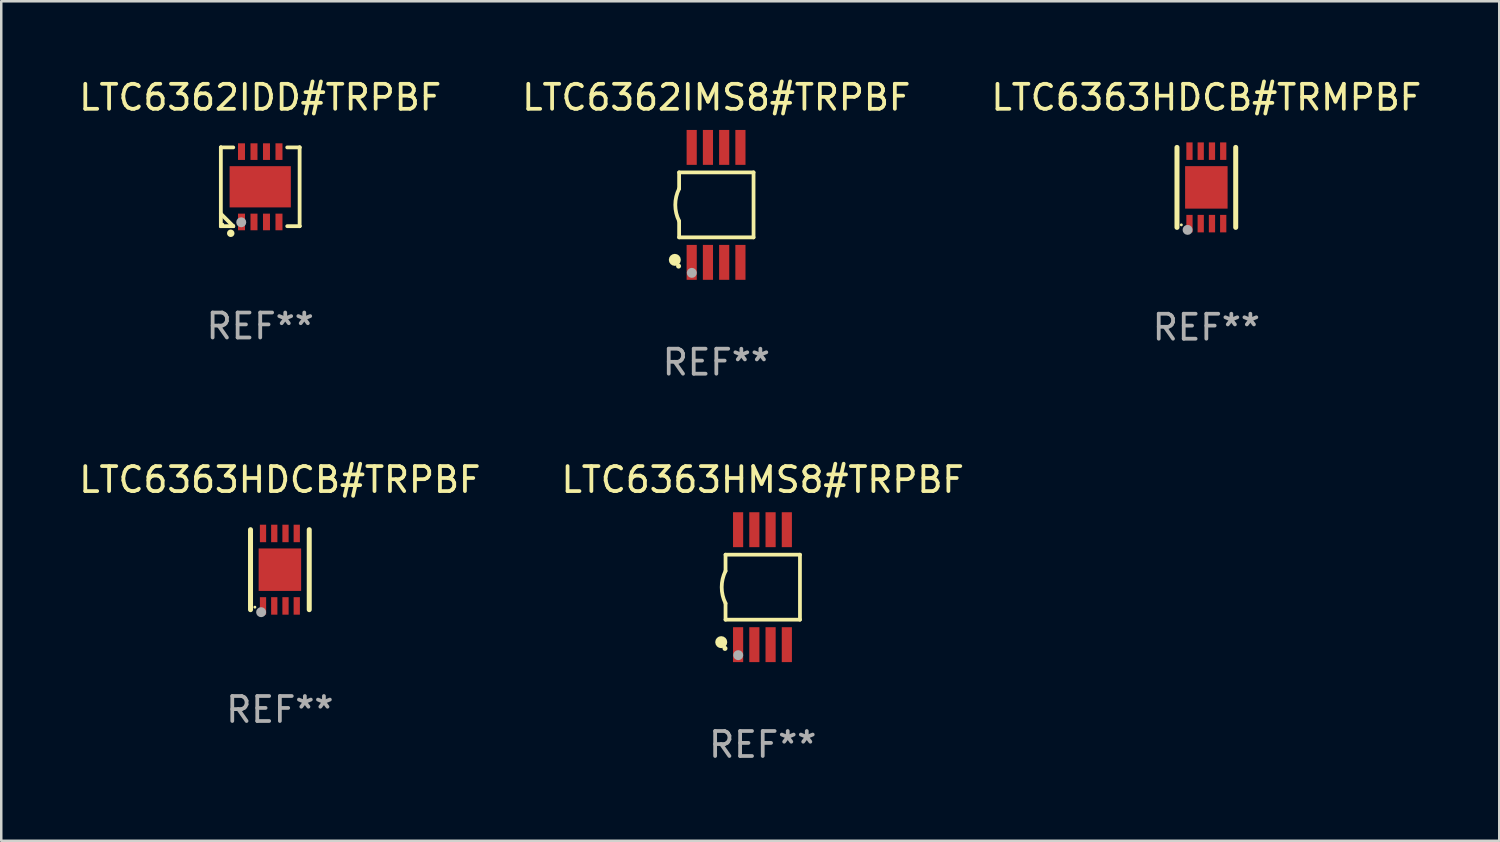
<source format=kicad_pcb>
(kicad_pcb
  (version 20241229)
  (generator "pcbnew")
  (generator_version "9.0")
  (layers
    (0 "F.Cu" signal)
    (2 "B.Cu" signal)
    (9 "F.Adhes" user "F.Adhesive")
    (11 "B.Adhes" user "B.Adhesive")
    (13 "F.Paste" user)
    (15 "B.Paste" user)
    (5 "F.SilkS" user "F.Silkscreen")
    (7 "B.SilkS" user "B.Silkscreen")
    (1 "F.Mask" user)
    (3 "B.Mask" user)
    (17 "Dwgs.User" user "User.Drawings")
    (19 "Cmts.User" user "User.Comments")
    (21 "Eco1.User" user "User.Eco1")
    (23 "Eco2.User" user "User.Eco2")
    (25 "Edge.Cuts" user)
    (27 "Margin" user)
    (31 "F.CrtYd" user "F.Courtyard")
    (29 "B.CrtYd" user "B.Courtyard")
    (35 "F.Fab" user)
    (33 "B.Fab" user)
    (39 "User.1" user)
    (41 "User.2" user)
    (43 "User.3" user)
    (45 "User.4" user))
  (footprint "LTC6363HDCB#TRPBF"
    (layer "F.Cu")
    (at 8.149 19.745)
    (property "Reference" "LTC6363HDCB#TRPBF" (at 0 -3.6 0) (layer "F.SilkS") (effects (font (size 1 1) (thickness 0.15))))
    (attr through_hole)
    (fp_line (start -1.175 1.6) (end -1.175 -1.6) (stroke (width 0.2) (type solid)) (layer "F.SilkS"))
    (fp_line (start 1.175 1.6) (end 1.175 -1.6) (stroke (width 0.2) (type solid)) (layer "F.SilkS"))
    (fp_circle (center -1 1.5) (end -0.97 1.5) (stroke (width 0.06) (type solid)) (fill no) (layer "F.SilkS"))
    (fp_circle (center -0.75 1.7) (end -0.65 1.7) (stroke (width 0.2) (type solid)) (fill no) (layer "F.Fab"))
    (fp_text user "REF**" (at 0 5.6 0) (layer "F.Fab") (effects (font (size 1 1) (thickness 0.15))))
    (pad "1" smd rect (at -0.675 1.45 90) (size 0.7 0.25) (layers "F.Cu" "F.Mask" "F.Paste"))
    (pad "2" smd rect (at -0.225 1.45 90) (size 0.7 0.25) (layers "F.Cu" "F.Mask" "F.Paste"))
    (pad "3" smd rect (at 0.225 1.45 90) (size 0.7 0.25) (layers "F.Cu" "F.Mask" "F.Paste"))
    (pad "4" smd rect (at 0.675 1.45 90) (size 0.7 0.25) (layers "F.Cu" "F.Mask" "F.Paste"))
    (pad "5" smd rect (at 0.675 -1.45 90) (size 0.7 0.25) (layers "F.Cu" "F.Mask" "F.Paste"))
    (pad "6" smd rect (at 0.225 -1.45 90) (size 0.7 0.25) (layers "F.Cu" "F.Mask" "F.Paste"))
    (pad "7" smd rect (at -0.225 -1.45 90) (size 0.7 0.25) (layers "F.Cu" "F.Mask" "F.Paste"))
    (pad "8" smd rect (at -0.675 -1.45 90) (size 0.7 0.25) (layers "F.Cu" "F.Mask" "F.Paste"))
    (pad "9" smd rect (at 0.000127 0 90) (size 1.7 1.7) (layers "F.Cu" "F.Mask" "F.Paste")))
  (footprint "LTC6363HMS8#TRPBF"
    (layer "F.Cu")
    (at 27.47 20.445)
    (property "Reference" "LTC6363HMS8#TRPBF" (at 0 -4.3 0) (layer "F.SilkS") (effects (font (size 1 1) (thickness 0.15))))
    (attr through_hole)
    (fp_line (start -1.489 -1.3) (end -1.489 -0.648) (stroke (width 0.15) (type solid)) (layer "F.SilkS"))
    (fp_line (start -1.489 0.648) (end -1.489 1.3) (stroke (width 0.15) (type solid)) (layer "F.SilkS"))
    (fp_line (start -1.489 1.3) (end 1.489 1.3) (stroke (width 0.15) (type solid)) (layer "F.SilkS"))
    (fp_line (start 1.489 -1.3) (end -1.489 -1.3) (stroke (width 0.15) (type solid)) (layer "F.SilkS"))
    (fp_line (start 1.489 1.3) (end 1.489 -1.3) (stroke (width 0.15) (type solid)) (layer "F.SilkS"))
    (fp_arc (start -1.489205 0.647702) (mid -1.642107 0) (end -1.489205 -0.647701) (stroke (width 0.150013) (type solid)) (layer "F.SilkS"))
    (fp_circle (center -1.661 2.2) (end -1.541 2.2) (stroke (width 0.24) (type solid)) (fill no) (layer "F.SilkS"))
    (fp_circle (center -1.511 2.45) (end -1.461 2.45) (stroke (width 0.1) (type solid)) (fill no) (layer "F.SilkS"))
    (fp_circle (center -0.981 2.72) (end -0.881 2.72) (stroke (width 0.2) (type solid)) (fill no) (layer "F.Fab"))
    (fp_text user "REF**" (at 0 6.3 0) (layer "F.Fab") (effects (font (size 1 1) (thickness 0.15))))
    (pad "1" smd rect (at -0.986 2.3) (size 0.406 1.397) (layers "F.Cu" "F.Mask" "F.Paste"))
    (pad "2" smd rect (at -0.336 2.3) (size 0.406 1.397) (layers "F.Cu" "F.Mask" "F.Paste"))
    (pad "3" smd rect (at 0.314 2.3) (size 0.406 1.397) (layers "F.Cu" "F.Mask" "F.Paste"))
    (pad "4" smd rect (at 0.964 2.3) (size 0.406 1.397) (layers "F.Cu" "F.Mask" "F.Paste"))
    (pad "5" smd rect (at 0.964 -2.3) (size 0.406 1.397) (layers "F.Cu" "F.Mask" "F.Paste"))
    (pad "6" smd rect (at 0.314 -2.3) (size 0.406 1.397) (layers "F.Cu" "F.Mask" "F.Paste"))
    (pad "7" smd rect (at -0.336 -2.3) (size 0.406 1.397) (layers "F.Cu" "F.Mask" "F.Paste"))
    (pad "8" smd rect (at -0.986 -2.3) (size 0.406 1.397) (layers "F.Cu" "F.Mask" "F.Paste")))
  (footprint "LTC6362IDD#TRPBF"
    (layer "F.Cu")
    (at 7.363 4.424)
    (property "Reference" "LTC6362IDD#TRPBF" (at 0 -3.576 0) (layer "F.SilkS") (effects (font (size 1 1) (thickness 0.15))))
    (attr through_hole)
    (fp_line (start -1.576 -1.576) (end -1.576 -1.576) (stroke (width 0.152) (type solid)) (layer "F.SilkS"))
    (fp_line (start -1.576 -1.576) (end -1.08 -1.576) (stroke (width 0.152) (type solid)) (layer "F.SilkS"))
    (fp_line (start -1.576 1.576) (end -1.576 -1.576) (stroke (width 0.152) (type solid)) (layer "F.SilkS"))
    (fp_line (start -1.576 1.576) (end -1.576 1.576) (stroke (width 0.152) (type solid)) (layer "F.SilkS"))
    (fp_line (start -1.08 1.575) (end -1.576 1.079) (stroke (width 0.152) (type solid)) (layer "F.SilkS"))
    (fp_line (start -1.08 1.576) (end -1.576 1.576) (stroke (width 0.152) (type solid)) (layer "F.SilkS"))
    (fp_line (start -1.08 1.576) (end -1.08 1.575) (stroke (width 0.152) (type solid)) (layer "F.SilkS"))
    (fp_line (start 1.08 1.576) (end 1.576 1.576) (stroke (width 0.152) (type solid)) (layer "F.SilkS"))
    (fp_line (start 1.576 -1.576) (end 1.08 -1.576) (stroke (width 0.152) (type solid)) (layer "F.SilkS"))
    (fp_line (start 1.576 -1.576) (end 1.576 -1.576) (stroke (width 0.152) (type solid)) (layer "F.SilkS"))
    (fp_line (start 1.576 1.576) (end 1.576 -1.576) (stroke (width 0.152) (type solid)) (layer "F.SilkS"))
    (fp_line (start 1.576 1.576) (end 1.576 1.576) (stroke (width 0.152) (type solid)) (layer "F.SilkS"))
    (fp_circle (center -1.5 1.5) (end -1.47 1.5) (stroke (width 0.06) (type solid)) (fill no) (layer "F.SilkS"))
    (fp_circle (center -1.18 1.86) (end -1.105 1.86) (stroke (width 0.15) (type solid)) (fill no) (layer "F.SilkS"))
    (fp_circle (center -0.76 1.42) (end -0.66 1.42) (stroke (width 0.2) (type solid)) (fill no) (layer "F.Fab"))
    (fp_text user "REF**" (at 0 5.576 0) (layer "F.Fab") (effects (font (size 1 1) (thickness 0.15))))
    (pad "1" smd rect (at -0.75 1.407) (size 0.28 0.665) (layers "F.Cu" "F.Mask" "F.Paste"))
    (pad "2" smd rect (at -0.25 1.407) (size 0.28 0.665) (layers "F.Cu" "F.Mask" "F.Paste"))
    (pad "3" smd rect (at 0.25 1.407) (size 0.28 0.665) (layers "F.Cu" "F.Mask" "F.Paste"))
    (pad "4" smd rect (at 0.75 1.407) (size 0.28 0.665) (layers "F.Cu" "F.Mask" "F.Paste"))
    (pad "5" smd rect (at 0.75 -1.407) (size 0.28 0.665) (layers "F.Cu" "F.Mask" "F.Paste"))
    (pad "6" smd rect (at 0.25 -1.407) (size 0.28 0.665) (layers "F.Cu" "F.Mask" "F.Paste"))
    (pad "7" smd rect (at -0.25 -1.407) (size 0.28 0.665) (layers "F.Cu" "F.Mask" "F.Paste"))
    (pad "8" smd rect (at -0.75 -1.407) (size 0.28 0.665) (layers "F.Cu" "F.Mask" "F.Paste"))
    (pad "9" smd rect (at 0 0) (size 2.45 1.65) (layers "F.Cu" "F.Mask" "F.Paste")))
  (footprint "LTC6362IMS8#TRPBF"
    (layer "F.Cu")
    (at 25.613 5.148)
    (property "Reference" "LTC6362IMS8#TRPBF" (at 0 -4.3 0) (layer "F.SilkS") (effects (font (size 1 1) (thickness 0.15))))
    (attr through_hole)
    (fp_line (start -1.489 -1.3) (end -1.489 -0.648) (stroke (width 0.15) (type solid)) (layer "F.SilkS"))
    (fp_line (start -1.489 0.648) (end -1.489 1.3) (stroke (width 0.15) (type solid)) (layer "F.SilkS"))
    (fp_line (start -1.489 1.3) (end 1.489 1.3) (stroke (width 0.15) (type solid)) (layer "F.SilkS"))
    (fp_line (start 1.489 -1.3) (end -1.489 -1.3) (stroke (width 0.15) (type solid)) (layer "F.SilkS"))
    (fp_line (start 1.489 1.3) (end 1.489 -1.3) (stroke (width 0.15) (type solid)) (layer "F.SilkS"))
    (fp_arc (start -1.489205 0.647702) (mid -1.642107 0) (end -1.489205 -0.647701) (stroke (width 0.150013) (type solid)) (layer "F.SilkS"))
    (fp_circle (center -1.661 2.2) (end -1.541 2.2) (stroke (width 0.24) (type solid)) (fill no) (layer "F.SilkS"))
    (fp_circle (center -1.511 2.45) (end -1.461 2.45) (stroke (width 0.1) (type solid)) (fill no) (layer "F.SilkS"))
    (fp_circle (center -0.981 2.72) (end -0.881 2.72) (stroke (width 0.2) (type solid)) (fill no) (layer "F.Fab"))
    (fp_text user "REF**" (at 0 6.3 0) (layer "F.Fab") (effects (font (size 1 1) (thickness 0.15))))
    (pad "1" smd rect (at -0.986 2.3) (size 0.406 1.397) (layers "F.Cu" "F.Mask" "F.Paste"))
    (pad "2" smd rect (at -0.336 2.3) (size 0.406 1.397) (layers "F.Cu" "F.Mask" "F.Paste"))
    (pad "3" smd rect (at 0.314 2.3) (size 0.406 1.397) (layers "F.Cu" "F.Mask" "F.Paste"))
    (pad "4" smd rect (at 0.964 2.3) (size 0.406 1.397) (layers "F.Cu" "F.Mask" "F.Paste"))
    (pad "5" smd rect (at 0.964 -2.3) (size 0.406 1.397) (layers "F.Cu" "F.Mask" "F.Paste"))
    (pad "6" smd rect (at 0.314 -2.3) (size 0.406 1.397) (layers "F.Cu" "F.Mask" "F.Paste"))
    (pad "7" smd rect (at -0.336 -2.3) (size 0.406 1.397) (layers "F.Cu" "F.Mask" "F.Paste"))
    (pad "8" smd rect (at -0.986 -2.3) (size 0.406 1.397) (layers "F.Cu" "F.Mask" "F.Paste")))
  (footprint "LTC6363HDCB#TRMPBF"
    (layer "F.Cu")
    (at 45.22 4.448)
    (property "Reference" "LTC6363HDCB#TRMPBF" (at 0 -3.6 0) (layer "F.SilkS") (effects (font (size 1 1) (thickness 0.15))))
    (attr through_hole)
    (fp_line (start -1.175 1.6) (end -1.175 -1.6) (stroke (width 0.2) (type solid)) (layer "F.SilkS"))
    (fp_line (start 1.175 1.6) (end 1.175 -1.6) (stroke (width 0.2) (type solid)) (layer "F.SilkS"))
    (fp_circle (center -1 1.5) (end -0.97 1.5) (stroke (width 0.06) (type solid)) (fill no) (layer "F.SilkS"))
    (fp_circle (center -0.75 1.7) (end -0.65 1.7) (stroke (width 0.2) (type solid)) (fill no) (layer "F.Fab"))
    (fp_text user "REF**" (at 0 5.6 0) (layer "F.Fab") (effects (font (size 1 1) (thickness 0.15))))
    (pad "1" smd rect (at -0.675 1.45 90) (size 0.7 0.25) (layers "F.Cu" "F.Mask" "F.Paste"))
    (pad "2" smd rect (at -0.225 1.45 90) (size 0.7 0.25) (layers "F.Cu" "F.Mask" "F.Paste"))
    (pad "3" smd rect (at 0.225 1.45 90) (size 0.7 0.25) (layers "F.Cu" "F.Mask" "F.Paste"))
    (pad "4" smd rect (at 0.675 1.45 90) (size 0.7 0.25) (layers "F.Cu" "F.Mask" "F.Paste"))
    (pad "5" smd rect (at 0.675 -1.45 90) (size 0.7 0.25) (layers "F.Cu" "F.Mask" "F.Paste"))
    (pad "6" smd rect (at 0.225 -1.45 90) (size 0.7 0.25) (layers "F.Cu" "F.Mask" "F.Paste"))
    (pad "7" smd rect (at -0.225 -1.45 90) (size 0.7 0.25) (layers "F.Cu" "F.Mask" "F.Paste"))
    (pad "8" smd rect (at -0.675 -1.45 90) (size 0.7 0.25) (layers "F.Cu" "F.Mask" "F.Paste"))
    (pad "9" smd rect (at 0.000127 0 90) (size 1.7 1.7) (layers "F.Cu" "F.Mask" "F.Paste")))
  (gr_rect
    (start -3 -3)
    (end 56.94 30.593)
    (stroke (width 0.1) (type default))
    (fill no)
    (layer "Edge.Cuts")))
</source>
